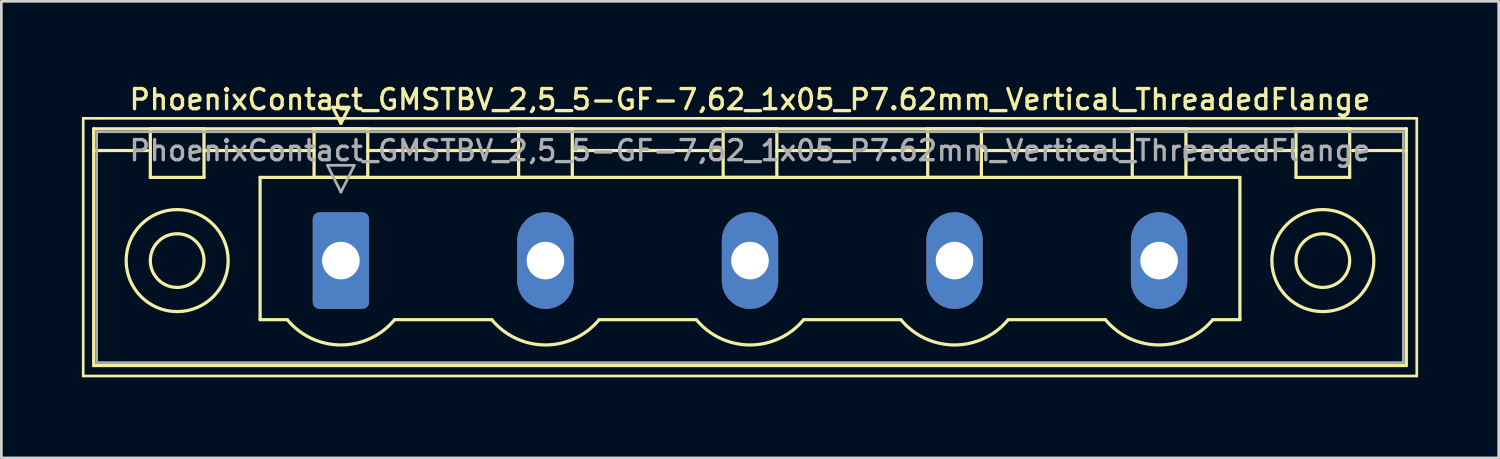
<source format=kicad_pcb>
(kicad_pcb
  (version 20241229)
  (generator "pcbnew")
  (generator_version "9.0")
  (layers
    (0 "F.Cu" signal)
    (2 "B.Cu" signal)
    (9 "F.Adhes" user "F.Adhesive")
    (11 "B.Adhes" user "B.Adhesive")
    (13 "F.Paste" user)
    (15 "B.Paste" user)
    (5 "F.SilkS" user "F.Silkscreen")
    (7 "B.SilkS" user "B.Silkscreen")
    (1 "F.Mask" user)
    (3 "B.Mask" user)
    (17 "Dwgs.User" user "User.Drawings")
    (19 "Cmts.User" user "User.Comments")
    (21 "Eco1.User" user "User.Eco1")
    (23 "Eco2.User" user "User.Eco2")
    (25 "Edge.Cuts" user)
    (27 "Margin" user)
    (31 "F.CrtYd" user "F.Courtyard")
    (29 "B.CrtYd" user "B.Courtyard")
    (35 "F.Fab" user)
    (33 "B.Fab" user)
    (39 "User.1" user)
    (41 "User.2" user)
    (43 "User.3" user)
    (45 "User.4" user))
  (footprint "PhoenixContact_GMSTBV_2,5_5-GF-7,62_1x05_P7.62mm_Vertical_ThreadedFlange"
    (layer "F.Cu")
    (at 9.65 6.658)
    (property "Reference" "PhoenixContact_GMSTBV_2,5_5-GF-7,62_1x05_P7.62mm_Vertical_ThreadedFlange" (at 15.24 -6 0) (layer "F.SilkS") (effects (font (size 0.75 0.75) (thickness 0.125))))
    (attr through_hole)
    (fp_line (start -9.6 -5.3) (end -9.6 4.3) (stroke (width 0.1) (type solid)) (layer "F.SilkS"))
    (fp_line (start -9.6 4.3) (end 40.08 4.3) (stroke (width 0.1) (type solid)) (layer "F.SilkS"))
    (fp_line (start -9.21 -4.91) (end -9.21 3.91) (stroke (width 0.12) (type solid)) (layer "F.SilkS"))
    (fp_line (start -9.21 -4.1) (end -7.21 -4.1) (stroke (width 0.12) (type solid)) (layer "F.SilkS"))
    (fp_line (start -9.21 3.91) (end 39.69 3.91) (stroke (width 0.12) (type solid)) (layer "F.SilkS"))
    (fp_line (start -7.1 -4.91) (end -5.1 -4.91) (stroke (width 0.12) (type solid)) (layer "F.SilkS"))
    (fp_line (start -7.1 -3.1) (end -7.1 -4.91) (stroke (width 0.12) (type solid)) (layer "F.SilkS"))
    (fp_line (start -5.1 -4.91) (end -5.1 -3.1) (stroke (width 0.12) (type solid)) (layer "F.SilkS"))
    (fp_line (start -5.1 -4.1) (end -1 -4.1) (stroke (width 0.12) (type solid)) (layer "F.SilkS"))
    (fp_line (start -5.1 -3.1) (end -7.1 -3.1) (stroke (width 0.12) (type solid)) (layer "F.SilkS"))
    (fp_line (start -3.01 -3.1) (end 33.49 -3.1) (stroke (width 0.12) (type solid)) (layer "F.SilkS"))
    (fp_line (start -3.01 2.2) (end -3.01 -3.1) (stroke (width 0.12) (type solid)) (layer "F.SilkS"))
    (fp_line (start -2 2.2) (end -3.01 2.2) (stroke (width 0.12) (type solid)) (layer "F.SilkS"))
    (fp_line (start -1 -4.91) (end 1 -4.91) (stroke (width 0.12) (type solid)) (layer "F.SilkS"))
    (fp_line (start -1 -3.1) (end -1 -4.91) (stroke (width 0.12) (type solid)) (layer "F.SilkS"))
    (fp_line (start -0.3 -5.71) (end 0.3 -5.71) (stroke (width 0.12) (type solid)) (layer "F.SilkS"))
    (fp_line (start 0 -5.11) (end -0.3 -5.71) (stroke (width 0.12) (type solid)) (layer "F.SilkS"))
    (fp_line (start 0.3 -5.71) (end 0 -5.11) (stroke (width 0.12) (type solid)) (layer "F.SilkS"))
    (fp_line (start 1 -4.91) (end 1 -3.1) (stroke (width 0.12) (type solid)) (layer "F.SilkS"))
    (fp_line (start 1 -4.1) (end 6.62 -4.1) (stroke (width 0.12) (type solid)) (layer "F.SilkS"))
    (fp_line (start 1 -3.1) (end -1 -3.1) (stroke (width 0.12) (type solid)) (layer "F.SilkS"))
    (fp_line (start 2 2.2) (end 5.62 2.2) (stroke (width 0.12) (type solid)) (layer "F.SilkS"))
    (fp_line (start 6.62 -4.91) (end 8.62 -4.91) (stroke (width 0.12) (type solid)) (layer "F.SilkS"))
    (fp_line (start 6.62 -3.1) (end 6.62 -4.91) (stroke (width 0.12) (type solid)) (layer "F.SilkS"))
    (fp_line (start 8.62 -4.91) (end 8.62 -3.1) (stroke (width 0.12) (type solid)) (layer "F.SilkS"))
    (fp_line (start 8.62 -4.1) (end 14.24 -4.1) (stroke (width 0.12) (type solid)) (layer "F.SilkS"))
    (fp_line (start 8.62 -3.1) (end 6.62 -3.1) (stroke (width 0.12) (type solid)) (layer "F.SilkS"))
    (fp_line (start 9.62 2.2) (end 13.24 2.2) (stroke (width 0.12) (type solid)) (layer "F.SilkS"))
    (fp_line (start 14.24 -4.91) (end 16.24 -4.91) (stroke (width 0.12) (type solid)) (layer "F.SilkS"))
    (fp_line (start 14.24 -3.1) (end 14.24 -4.91) (stroke (width 0.12) (type solid)) (layer "F.SilkS"))
    (fp_line (start 16.24 -4.91) (end 16.24 -3.1) (stroke (width 0.12) (type solid)) (layer "F.SilkS"))
    (fp_line (start 16.24 -4.1) (end 21.86 -4.1) (stroke (width 0.12) (type solid)) (layer "F.SilkS"))
    (fp_line (start 16.24 -3.1) (end 14.24 -3.1) (stroke (width 0.12) (type solid)) (layer "F.SilkS"))
    (fp_line (start 17.24 2.2) (end 20.86 2.2) (stroke (width 0.12) (type solid)) (layer "F.SilkS"))
    (fp_line (start 21.86 -4.91) (end 23.86 -4.91) (stroke (width 0.12) (type solid)) (layer "F.SilkS"))
    (fp_line (start 21.86 -3.1) (end 21.86 -4.91) (stroke (width 0.12) (type solid)) (layer "F.SilkS"))
    (fp_line (start 23.86 -4.91) (end 23.86 -3.1) (stroke (width 0.12) (type solid)) (layer "F.SilkS"))
    (fp_line (start 23.86 -4.1) (end 29.48 -4.1) (stroke (width 0.12) (type solid)) (layer "F.SilkS"))
    (fp_line (start 23.86 -3.1) (end 21.86 -3.1) (stroke (width 0.12) (type solid)) (layer "F.SilkS"))
    (fp_line (start 24.86 2.2) (end 28.48 2.2) (stroke (width 0.12) (type solid)) (layer "F.SilkS"))
    (fp_line (start 29.48 -4.91) (end 31.48 -4.91) (stroke (width 0.12) (type solid)) (layer "F.SilkS"))
    (fp_line (start 29.48 -3.1) (end 29.48 -4.91) (stroke (width 0.12) (type solid)) (layer "F.SilkS"))
    (fp_line (start 31.48 -4.91) (end 31.48 -3.1) (stroke (width 0.12) (type solid)) (layer "F.SilkS"))
    (fp_line (start 31.48 -4.1) (end 35.58 -4.1) (stroke (width 0.12) (type solid)) (layer "F.SilkS"))
    (fp_line (start 31.48 -3.1) (end 29.48 -3.1) (stroke (width 0.12) (type solid)) (layer "F.SilkS"))
    (fp_line (start 33.49 -3.1) (end 33.49 2.2) (stroke (width 0.12) (type solid)) (layer "F.SilkS"))
    (fp_line (start 33.49 2.2) (end 32.48 2.2) (stroke (width 0.12) (type solid)) (layer "F.SilkS"))
    (fp_line (start 35.58 -4.91) (end 37.58 -4.91) (stroke (width 0.12) (type solid)) (layer "F.SilkS"))
    (fp_line (start 35.58 -3.1) (end 35.58 -4.91) (stroke (width 0.12) (type solid)) (layer "F.SilkS"))
    (fp_line (start 37.58 -4.91) (end 37.58 -3.1) (stroke (width 0.12) (type solid)) (layer "F.SilkS"))
    (fp_line (start 37.58 -3.1) (end 35.58 -3.1) (stroke (width 0.12) (type solid)) (layer "F.SilkS"))
    (fp_line (start 39.69 -4.91) (end -9.21 -4.91) (stroke (width 0.12) (type solid)) (layer "F.SilkS"))
    (fp_line (start 39.69 -4.1) (end 37.69 -4.1) (stroke (width 0.12) (type solid)) (layer "F.SilkS"))
    (fp_line (start 39.69 3.91) (end 39.69 -4.91) (stroke (width 0.12) (type solid)) (layer "F.SilkS"))
    (fp_line (start 40.08 -5.3) (end -9.6 -5.3) (stroke (width 0.1) (type solid)) (layer "F.SilkS"))
    (fp_line (start 40.08 4.3) (end 40.08 -5.3) (stroke (width 0.1) (type solid)) (layer "F.SilkS"))
    (fp_arc (start 1.986842 2.215821) (mid -0.010289 3.142758) (end -2 2.2) (stroke (width 0.12) (type solid)) (layer "F.SilkS"))
    (fp_arc (start 9.606842 2.215821) (mid 7.609711 3.142758) (end 5.62 2.2) (stroke (width 0.12) (type solid)) (layer "F.SilkS"))
    (fp_arc (start 17.226842 2.215821) (mid 15.229711 3.142758) (end 13.24 2.2) (stroke (width 0.12) (type solid)) (layer "F.SilkS"))
    (fp_arc (start 24.846842 2.215821) (mid 22.849711 3.142758) (end 20.86 2.2) (stroke (width 0.12) (type solid)) (layer "F.SilkS"))
    (fp_arc (start 32.466842 2.215821) (mid 30.469711 3.142758) (end 28.48 2.2) (stroke (width 0.12) (type solid)) (layer "F.SilkS"))
    (fp_circle (center -6.1 0) (end -5.1 0) (stroke (width 0.12) (type solid)) (fill no) (layer "F.SilkS"))
    (fp_circle (center -6.1 0) (end -4.2 0) (stroke (width 0.12) (type solid)) (fill no) (layer "F.SilkS"))
    (fp_circle (center 36.58 0) (end 37.58 0) (stroke (width 0.12) (type solid)) (fill no) (layer "F.SilkS"))
    (fp_circle (center 36.58 0) (end 38.48 0) (stroke (width 0.12) (type solid)) (fill no) (layer "F.SilkS"))
    (fp_line (start -9.1 -4.8) (end -9.1 3.8) (stroke (width 0.1) (type solid)) (layer "F.Fab"))
    (fp_line (start -9.1 3.8) (end 39.58 3.8) (stroke (width 0.1) (type solid)) (layer "F.Fab"))
    (fp_line (start -0.5 -3.55) (end 0.5 -3.55) (stroke (width 0.1) (type solid)) (layer "F.Fab"))
    (fp_line (start 0 -2.55) (end -0.5 -3.55) (stroke (width 0.1) (type solid)) (layer "F.Fab"))
    (fp_line (start 0.5 -3.55) (end 0 -2.55) (stroke (width 0.1) (type solid)) (layer "F.Fab"))
    (fp_line (start 39.58 -4.8) (end -9.1 -4.8) (stroke (width 0.1) (type solid)) (layer "F.Fab"))
    (fp_line (start 39.58 3.8) (end 39.58 -4.8) (stroke (width 0.1) (type solid)) (layer "F.Fab"))
    (fp_text user "${REFERENCE}" (at 15.24 -4.1 0) (layer "F.Fab") (effects (font (size 0.75 0.75) (thickness 0.125))))
    (pad "1" thru_hole roundrect (at 0 0) (size 2.1 3.6) (drill 1.4) (layers "*.Cu" "*.Mask") (roundrect_rratio 0.119))
    (pad "2" thru_hole oval (at 7.62 0) (size 2.1 3.6) (drill 1.4) (layers "*.Cu" "*.Mask"))
    (pad "3" thru_hole oval (at 15.24 0) (size 2.1 3.6) (drill 1.4) (layers "*.Cu" "*.Mask"))
    (pad "4" thru_hole oval (at 22.86 0) (size 2.1 3.6) (drill 1.4) (layers "*.Cu" "*.Mask"))
    (pad "5" thru_hole oval (at 30.48 0) (size 2.1 3.6) (drill 1.4) (layers "*.Cu" "*.Mask")))
  (gr_rect
    (start -3 -3)
    (end 52.78 14.008)
    (stroke (width 0.1) (type default))
    (fill no)
    (layer "Edge.Cuts")))
</source>
